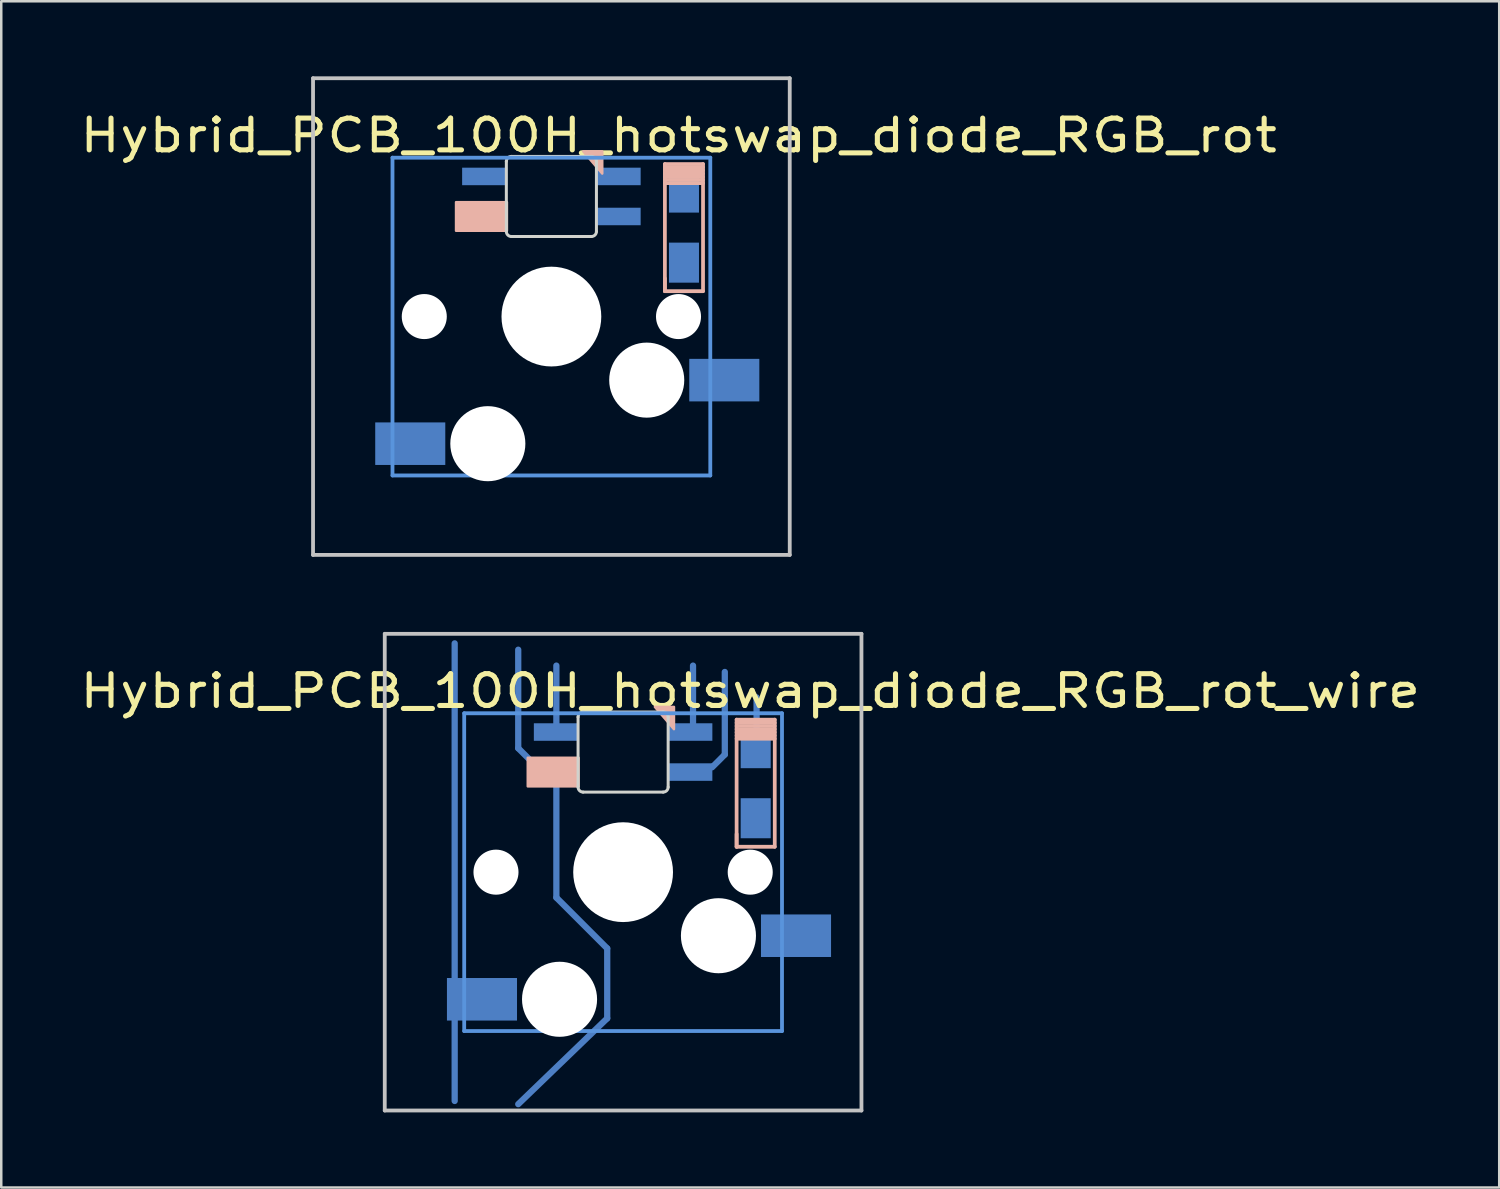
<source format=kicad_pcb>
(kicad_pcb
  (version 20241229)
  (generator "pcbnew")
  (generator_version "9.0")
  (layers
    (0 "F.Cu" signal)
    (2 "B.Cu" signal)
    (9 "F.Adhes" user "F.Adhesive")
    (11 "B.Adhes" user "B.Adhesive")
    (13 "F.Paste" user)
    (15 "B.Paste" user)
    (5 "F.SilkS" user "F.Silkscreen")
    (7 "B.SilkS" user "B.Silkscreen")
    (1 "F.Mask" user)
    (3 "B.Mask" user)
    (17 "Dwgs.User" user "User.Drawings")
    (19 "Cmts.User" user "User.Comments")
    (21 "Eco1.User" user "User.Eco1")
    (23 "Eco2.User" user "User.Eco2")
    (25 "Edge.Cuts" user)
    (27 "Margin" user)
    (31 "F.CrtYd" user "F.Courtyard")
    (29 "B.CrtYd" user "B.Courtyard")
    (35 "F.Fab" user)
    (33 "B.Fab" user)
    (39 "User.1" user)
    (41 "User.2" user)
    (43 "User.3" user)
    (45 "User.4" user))
  (footprint "Hybrid_PCB_100H_hotswap_diode_RGB_rot"
    (layer "F.Cu")
    (at 18.985 9.601)
    (property "Reference" "Hybrid_PCB_100H_hotswap_diode_RGB_rot" (at 5.08 -7.239 180) (layer "F.SilkS") (effects (font (size 1.27 1.524) (thickness 0.203))))
    (attr smd)
    (fp_line (start 4.536 -6.095) (end 6.06 -6.095) (stroke (width 0.15) (type solid)) (layer "B.SilkS"))
    (fp_line (start 4.536 -5.968) (end 6.06 -5.968) (stroke (width 0.15) (type solid)) (layer "B.SilkS"))
    (fp_line (start 4.536 -5.714) (end 6.06 -5.714) (stroke (width 0.15) (type solid)) (layer "B.SilkS"))
    (fp_line (start 4.536 -5.46) (end 6.06 -5.46) (stroke (width 0.15) (type solid)) (layer "B.SilkS"))
    (fp_line (start 4.536 -5.333) (end 6.06 -5.333) (stroke (width 0.15) (type solid)) (layer "B.SilkS"))
    (fp_line (start 4.536 -1.015) (end 4.536 -6.095) (stroke (width 0.15) (type solid)) (layer "B.SilkS"))
    (fp_line (start 4.536 -1.015) (end 4.536 -1.523) (stroke (width 0.15) (type solid)) (layer "B.SilkS"))
    (fp_line (start 6.06 -6.095) (end 6.06 -1.015) (stroke (width 0.15) (type solid)) (layer "B.SilkS"))
    (fp_line (start 6.06 -5.841) (end 4.536 -5.841) (stroke (width 0.15) (type solid)) (layer "B.SilkS"))
    (fp_line (start 6.06 -5.587) (end 4.536 -5.587) (stroke (width 0.15) (type solid)) (layer "B.SilkS"))
    (fp_line (start 6.06 -1.015) (end 4.536 -1.015) (stroke (width 0.15) (type solid)) (layer "B.SilkS"))
    (fp_poly (pts (xy 1.27 -6.604) (xy 2.032 -5.715) (xy 2.032 -6.604)) (stroke (width 0.1) (type solid)) (fill yes) (layer "B.SilkS"))
    (fp_poly (pts (xy -1.778 -4.572) (xy -3.81 -4.572) (xy -3.81 -3.429) (xy -1.778 -3.429)) (stroke (width 0.1) (type solid)) (fill yes) (layer "B.SilkS"))
    (fp_line (start -9.525 -9.525) (end 9.525 -9.525) (stroke (width 0.152) (type solid)) (layer "Dwgs.User"))
    (fp_line (start -9.525 9.525) (end -9.525 -9.525) (stroke (width 0.152) (type solid)) (layer "Dwgs.User"))
    (fp_line (start 9.525 -9.525) (end 9.525 9.525) (stroke (width 0.152) (type solid)) (layer "Dwgs.User"))
    (fp_line (start 9.525 9.525) (end -9.525 9.525) (stroke (width 0.152) (type solid)) (layer "Dwgs.User"))
    (fp_line (start -6.35 -6.35) (end 6.35 -6.35) (stroke (width 0.152) (type solid)) (layer "Cmts.User"))
    (fp_line (start -6.35 6.35) (end -6.35 -6.35) (stroke (width 0.152) (type solid)) (layer "Cmts.User"))
    (fp_line (start 6.35 -6.35) (end 6.35 6.35) (stroke (width 0.152) (type solid)) (layer "Cmts.User"))
    (fp_line (start 6.35 6.35) (end -6.35 6.35) (stroke (width 0.152) (type solid)) (layer "Cmts.User"))
    (fp_line (start -6.985 -6.985) (end 6.985 -6.985) (stroke (width 0.152) (type solid)) (layer "Eco2.User"))
    (fp_line (start -6.985 6.985) (end -6.985 -6.985) (stroke (width 0.152) (type solid)) (layer "Eco2.User"))
    (fp_line (start 6.985 -6.985) (end 6.985 6.985) (stroke (width 0.152) (type solid)) (layer "Eco2.User"))
    (fp_line (start 6.985 6.985) (end -6.985 6.985) (stroke (width 0.152) (type solid)) (layer "Eco2.User"))
    (fp_line (start -1.8 -3.4) (end -1.8 -6.2) (stroke (width 0.12) (type solid)) (layer "Edge.Cuts"))
    (fp_line (start 1.6 -6.4) (end -1.6 -6.4) (stroke (width 0.12) (type solid)) (layer "Edge.Cuts"))
    (fp_line (start 1.6 -3.2) (end -1.6 -3.2) (stroke (width 0.12) (type solid)) (layer "Edge.Cuts"))
    (fp_line (start 1.8 -3.4) (end 1.8 -6.2) (stroke (width 0.12) (type solid)) (layer "Edge.Cuts"))
    (fp_arc (start -1.8 -6.2) (mid -1.741421 -6.341421) (end -1.6 -6.4) (stroke (width 0.12) (type solid)) (layer "Edge.Cuts"))
    (fp_arc (start -1.6 -3.2) (mid -1.741421 -3.258579) (end -1.8 -3.4) (stroke (width 0.12) (type solid)) (layer "Edge.Cuts"))
    (fp_arc (start 1.6 -6.4) (mid 1.741421 -6.341421) (end 1.8 -6.2) (stroke (width 0.12) (type solid)) (layer "Edge.Cuts"))
    (fp_arc (start 1.8 -3.4) (mid 1.741421 -3.258579) (end 1.6 -3.2) (stroke (width 0.12) (type solid)) (layer "Edge.Cuts"))
    (pad "" np_thru_hole circle (at -5.08 0 180) (size 1.8 1.8) (drill 1.8) (layers "*.Cu" "*.Mask"))
    (pad "" np_thru_hole circle (at -2.54 5.08 180) (size 3 3) (drill 3) (layers "*.Cu" "*.Mask"))
    (pad "" np_thru_hole circle (at 0 0) (size 3.988 3.988) (drill 3.988) (layers "*.Cu" "*.Mask"))
    (pad "" np_thru_hole circle (at 3.81 2.54 180) (size 3 3) (drill 3) (layers "*.Cu" "*.Mask"))
    (pad "" np_thru_hole circle (at 5.08 0 180) (size 1.8 1.8) (drill 1.8) (layers "*.Cu" "*.Mask"))
    (pad "1" smd rect (at -5.64 5.08 180) (size 2.8 1.7) (layers "B.Cu" "B.Mask" "B.Paste"))
    (pad "2" smd rect (at 6.91 2.54 180) (size 2.8 1.7) (layers "B.Cu" "B.Mask" "B.Paste"))
    (pad "3" smd rect (at 5.298 -4.955 90) (size 1.6 1.2) (layers "B.Cu" "B.Mask" "B.Paste"))
    (pad "4" smd rect (at 5.298 -2.155 90) (size 1.6 1.2) (layers "B.Cu" "B.Mask" "B.Paste"))
    (pad "5" smd rect (at -2.667 -4 180) (size 1.8 0.7) (layers "B.Cu" "B.Mask" "B.Paste"))
    (pad "6" smd rect (at 2.667 -4 180) (size 1.8 0.7) (layers "B.Cu" "B.Mask" "B.Paste"))
    (pad "7" smd rect (at 2.667 -5.6 180) (size 1.8 0.7) (layers "B.Cu" "B.Mask" "B.Paste"))
    (pad "8" smd rect (at -2.667 -5.6 180) (size 1.8 0.7) (layers "B.Cu" "B.Mask" "B.Paste")))
  (footprint "Hybrid_PCB_100H_hotswap_diode_RGB_rot_wire"
    (layer "F.Cu")
    (at 21.851 31.804)
    (property "Reference" "Hybrid_PCB_100H_hotswap_diode_RGB_rot_wire" (at 5.08 -7.239 180) (layer "F.SilkS") (effects (font (size 1.27 1.524) (thickness 0.203))))
    (attr through_hole)
    (fp_line (start -6.731 4.699) (end -6.731 -9.144) (stroke (width 0.25) (type solid)) (layer "B.Cu"))
    (fp_line (start -6.731 4.699) (end -6.731 9.144) (stroke (width 0.25) (type solid)) (layer "B.Cu"))
    (fp_line (start -4.191 -4.953) (end -4.191 -8.89) (stroke (width 0.25) (type solid)) (layer "B.Cu"))
    (fp_line (start -3.302 -4.064) (end -4.191 -4.953) (stroke (width 0.25) (type solid)) (layer "B.Cu"))
    (fp_line (start -2.667 -5.715) (end -2.667 -8.255) (stroke (width 0.25) (type solid)) (layer "B.Cu"))
    (fp_line (start -2.667 -3.81) (end -2.667 1.016) (stroke (width 0.25) (type solid)) (layer "B.Cu"))
    (fp_line (start -2.667 1.016) (end -0.635 3.048) (stroke (width 0.25) (type solid)) (layer "B.Cu"))
    (fp_line (start -0.635 3.048) (end -0.635 5.842) (stroke (width 0.25) (type solid)) (layer "B.Cu"))
    (fp_line (start -0.635 5.842) (end -4.191 9.271) (stroke (width 0.25) (type solid)) (layer "B.Cu"))
    (fp_line (start 2.794 -5.842) (end 2.794 -8.255) (stroke (width 0.25) (type solid)) (layer "B.Cu"))
    (fp_line (start 3.556 -4.191) (end 4.064 -4.699) (stroke (width 0.25) (type solid)) (layer "B.Cu"))
    (fp_line (start 4.064 -4.699) (end 4.064 -8.001) (stroke (width 0.25) (type solid)) (layer "B.Cu"))
    (fp_line (start 5.334 -5.08) (end 5.334 -6.985) (stroke (width 0.25) (type solid)) (layer "B.Cu"))
    (fp_line (start 4.536 -6.095) (end 6.06 -6.095) (stroke (width 0.15) (type solid)) (layer "B.SilkS"))
    (fp_line (start 4.536 -5.968) (end 6.06 -5.968) (stroke (width 0.15) (type solid)) (layer "B.SilkS"))
    (fp_line (start 4.536 -5.714) (end 6.06 -5.714) (stroke (width 0.15) (type solid)) (layer "B.SilkS"))
    (fp_line (start 4.536 -5.46) (end 6.06 -5.46) (stroke (width 0.15) (type solid)) (layer "B.SilkS"))
    (fp_line (start 4.536 -5.333) (end 6.06 -5.333) (stroke (width 0.15) (type solid)) (layer "B.SilkS"))
    (fp_line (start 4.536 -1.015) (end 4.536 -6.095) (stroke (width 0.15) (type solid)) (layer "B.SilkS"))
    (fp_line (start 4.536 -1.015) (end 4.536 -1.523) (stroke (width 0.15) (type solid)) (layer "B.SilkS"))
    (fp_line (start 6.06 -6.095) (end 6.06 -1.015) (stroke (width 0.15) (type solid)) (layer "B.SilkS"))
    (fp_line (start 6.06 -5.841) (end 4.536 -5.841) (stroke (width 0.15) (type solid)) (layer "B.SilkS"))
    (fp_line (start 6.06 -5.587) (end 4.536 -5.587) (stroke (width 0.15) (type solid)) (layer "B.SilkS"))
    (fp_line (start 6.06 -1.015) (end 4.536 -1.015) (stroke (width 0.15) (type solid)) (layer "B.SilkS"))
    (fp_poly (pts (xy 1.27 -6.604) (xy 2.032 -5.715) (xy 2.032 -6.604)) (stroke (width 0.1) (type solid)) (fill yes) (layer "B.SilkS"))
    (fp_poly (pts (xy -1.778 -4.572) (xy -3.81 -4.572) (xy -3.81 -3.429) (xy -1.778 -3.429)) (stroke (width 0.1) (type solid)) (fill yes) (layer "B.SilkS"))
    (fp_line (start -9.525 -9.525) (end 9.525 -9.525) (stroke (width 0.152) (type solid)) (layer "Dwgs.User"))
    (fp_line (start -9.525 9.525) (end -9.525 -9.525) (stroke (width 0.152) (type solid)) (layer "Dwgs.User"))
    (fp_line (start 9.525 -9.525) (end 9.525 9.525) (stroke (width 0.152) (type solid)) (layer "Dwgs.User"))
    (fp_line (start 9.525 9.525) (end -9.525 9.525) (stroke (width 0.152) (type solid)) (layer "Dwgs.User"))
    (fp_line (start -6.35 -6.35) (end 6.35 -6.35) (stroke (width 0.152) (type solid)) (layer "Cmts.User"))
    (fp_line (start -6.35 6.35) (end -6.35 -6.35) (stroke (width 0.152) (type solid)) (layer "Cmts.User"))
    (fp_line (start 6.35 -6.35) (end 6.35 6.35) (stroke (width 0.152) (type solid)) (layer "Cmts.User"))
    (fp_line (start 6.35 6.35) (end -6.35 6.35) (stroke (width 0.152) (type solid)) (layer "Cmts.User"))
    (fp_line (start -6.985 -6.985) (end 6.985 -6.985) (stroke (width 0.152) (type solid)) (layer "Eco2.User"))
    (fp_line (start -6.985 6.985) (end -6.985 -6.985) (stroke (width 0.152) (type solid)) (layer "Eco2.User"))
    (fp_line (start 6.985 -6.985) (end 6.985 6.985) (stroke (width 0.152) (type solid)) (layer "Eco2.User"))
    (fp_line (start 6.985 6.985) (end -6.985 6.985) (stroke (width 0.152) (type solid)) (layer "Eco2.User"))
    (fp_line (start -1.8 -3.4) (end -1.8 -6.2) (stroke (width 0.12) (type solid)) (layer "Edge.Cuts"))
    (fp_line (start 1.6 -6.4) (end -1.6 -6.4) (stroke (width 0.12) (type solid)) (layer "Edge.Cuts"))
    (fp_line (start 1.6 -3.2) (end -1.6 -3.2) (stroke (width 0.12) (type solid)) (layer "Edge.Cuts"))
    (fp_line (start 1.8 -3.4) (end 1.8 -6.2) (stroke (width 0.12) (type solid)) (layer "Edge.Cuts"))
    (fp_arc (start -1.8 -6.2) (mid -1.741421 -6.341421) (end -1.6 -6.4) (stroke (width 0.12) (type solid)) (layer "Edge.Cuts"))
    (fp_arc (start -1.6 -3.2) (mid -1.741421 -3.258579) (end -1.8 -3.4) (stroke (width 0.12) (type solid)) (layer "Edge.Cuts"))
    (fp_arc (start 1.6 -6.4) (mid 1.741421 -6.341421) (end 1.8 -6.2) (stroke (width 0.12) (type solid)) (layer "Edge.Cuts"))
    (fp_arc (start 1.8 -3.4) (mid 1.741421 -3.258579) (end 1.6 -3.2) (stroke (width 0.12) (type solid)) (layer "Edge.Cuts"))
    (pad "" np_thru_hole circle (at -5.08 0 180) (size 1.8 1.8) (drill 1.8) (layers "*.Cu" "*.Mask"))
    (pad "" np_thru_hole circle (at -2.54 5.08 180) (size 3 3) (drill 3) (layers "*.Cu" "*.Mask"))
    (pad "" np_thru_hole circle (at 0 0) (size 3.988 3.988) (drill 3.988) (layers "*.Cu" "*.Mask"))
    (pad "" np_thru_hole circle (at 3.81 2.54 180) (size 3 3) (drill 3) (layers "*.Cu" "*.Mask"))
    (pad "" np_thru_hole circle (at 5.08 0 180) (size 1.8 1.8) (drill 1.8) (layers "*.Cu" "*.Mask"))
    (pad "1" smd rect (at -5.64 5.08 180) (size 2.8 1.7) (layers "B.Cu" "B.Mask" "B.Paste"))
    (pad "2" smd rect (at 6.91 2.54 180) (size 2.8 1.7) (layers "B.Cu" "B.Mask" "B.Paste"))
    (pad "3" smd rect (at 5.298 -4.955 90) (size 1.6 1.2) (layers "B.Cu" "B.Mask" "B.Paste"))
    (pad "4" smd rect (at 5.298 -2.155 90) (size 1.6 1.2) (layers "B.Cu" "B.Mask" "B.Paste"))
    (pad "5" smd rect (at -2.667 -4 180) (size 1.8 0.7) (layers "B.Cu" "B.Mask" "B.Paste"))
    (pad "6" smd rect (at 2.667 -4 180) (size 1.8 0.7) (layers "B.Cu" "B.Mask" "B.Paste"))
    (pad "7" smd rect (at 2.667 -5.6 180) (size 1.8 0.7) (layers "B.Cu" "B.Mask" "B.Paste"))
    (pad "8" smd rect (at -2.667 -5.6 180) (size 1.8 0.7) (layers "B.Cu" "B.Mask" "B.Paste")))
  (gr_rect
    (start -3 -3)
    (end 56.863 44.405)
    (stroke (width 0.1) (type default))
    (fill no)
    (layer "Edge.Cuts")))
</source>
